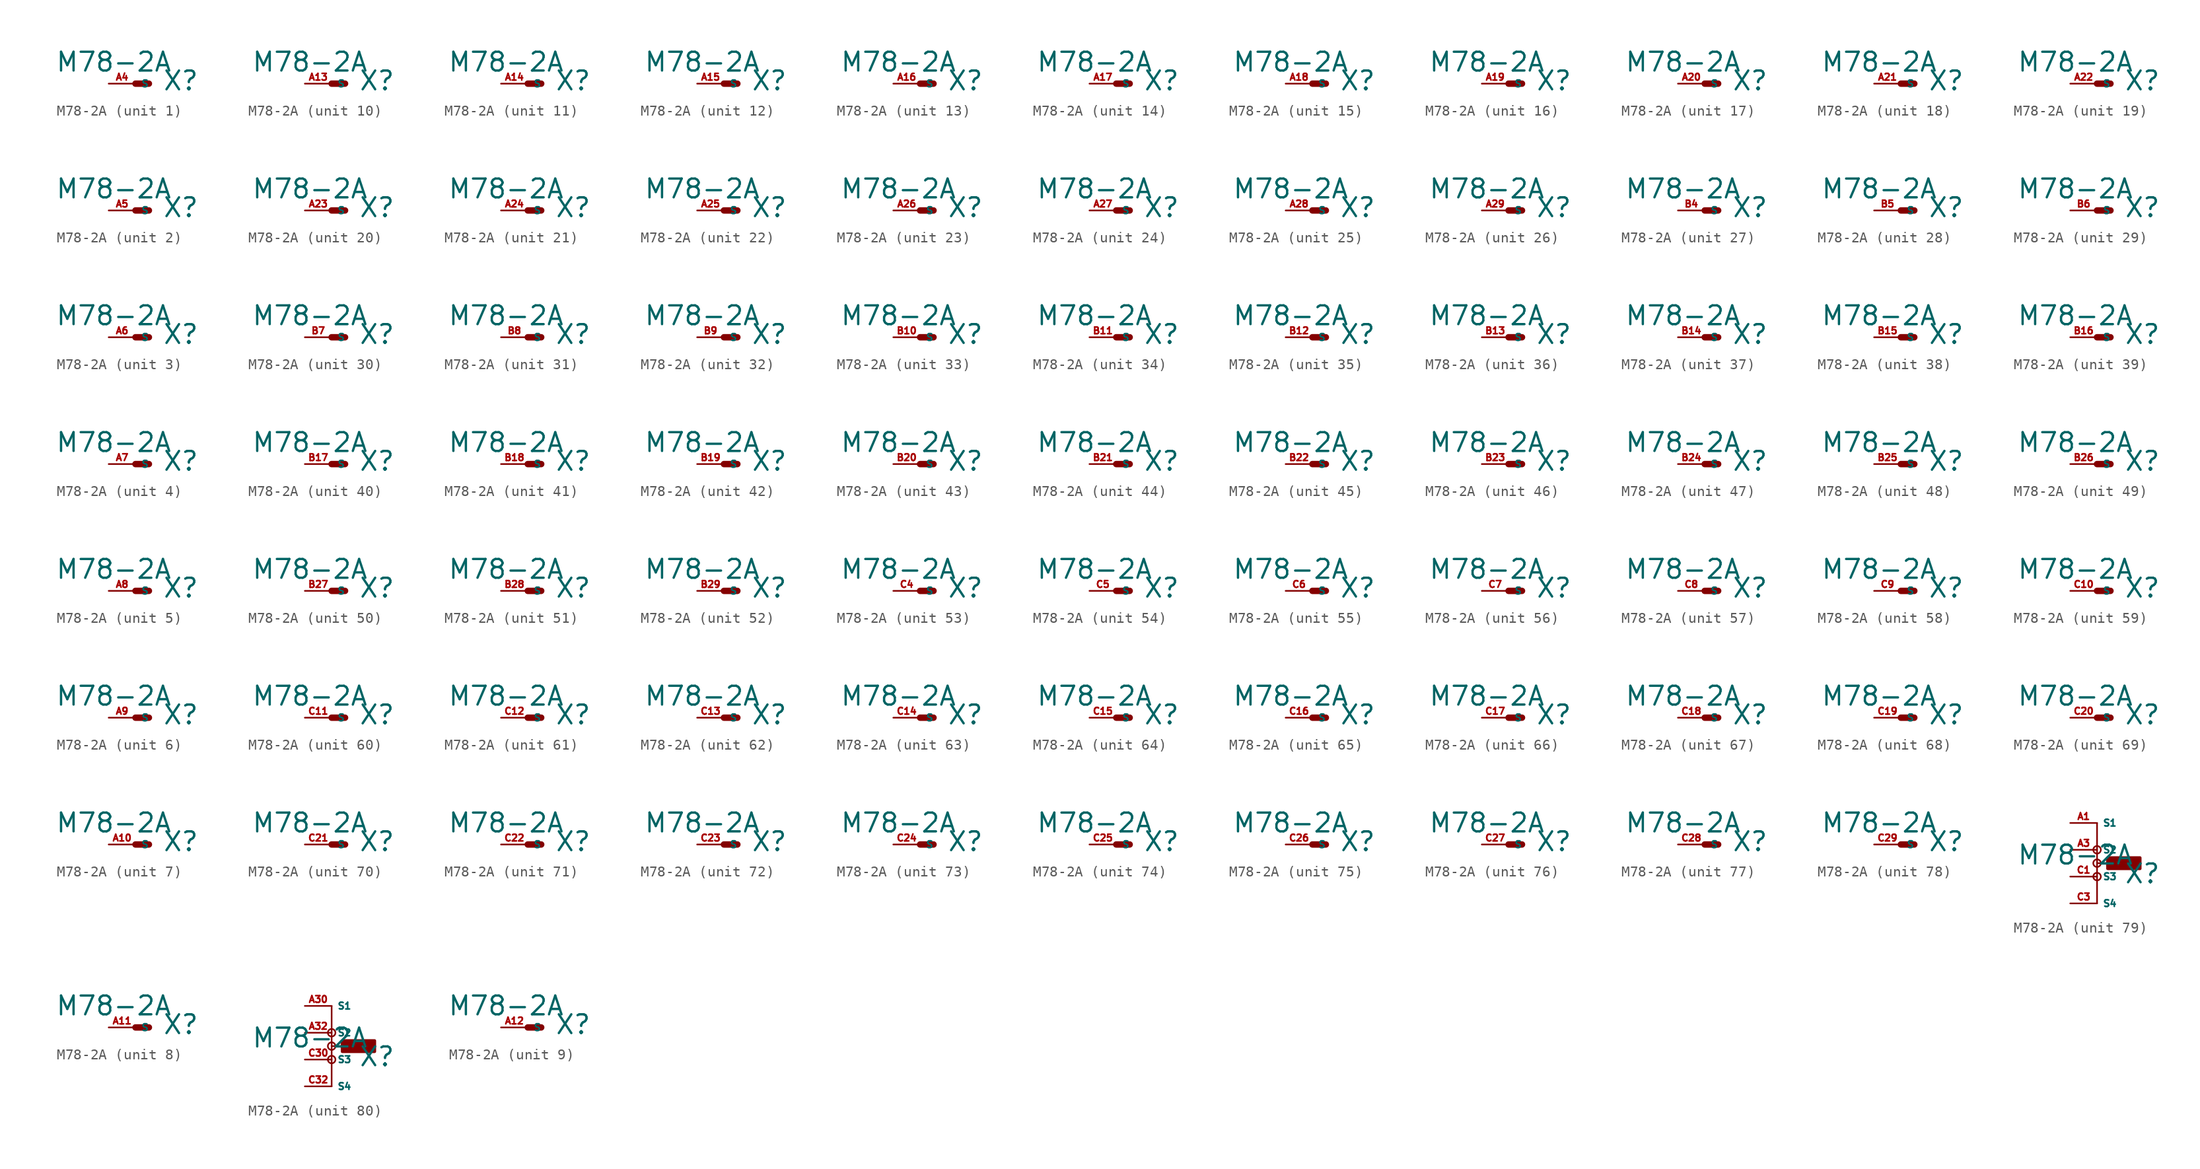
<source format=kicad_sym>
(kicad_symbol_lib
  (version 20220914)
  (generator Eagle2Kicad)
  (symbol "M78-2A"
    (property "Reference" "X"
      (at 2.54 -0.762 0)
      (effects (font (size 1.778 1.778) (thickness 0.22)) (justify left bottom)))
    (property "Value" "M78-2A"
      (at -7.62 1.016 0)
      (effects (font (size 1.778 1.778) (thickness 0.22)) (justify left bottom)))
    (symbol "M78-2A_1_0"
      (polyline (pts (xy 0 0) (xy 1.27 0)) (stroke (width 0.61) (type default)) (fill (type none)))
      (pin passive line (at -2.54 0 0) (length 2.54) (name "S" (effects (font (size 0.635 0.635) (thickness 0.08)) (justify left bottom))) (number "A4" (effects (font (size 0.635 0.635) (thickness 0.08)) (justify left bottom)))))
    (symbol "M78-2A_2_0"
      (polyline (pts (xy 0 0) (xy 1.27 0)) (stroke (width 0.61) (type default)) (fill (type none)))
      (pin passive line (at -2.54 0 0) (length 2.54) (name "S" (effects (font (size 0.635 0.635) (thickness 0.08)) (justify left bottom))) (number "A5" (effects (font (size 0.635 0.635) (thickness 0.08)) (justify left bottom)))))
    (symbol "M78-2A_3_0"
      (polyline (pts (xy 0 0) (xy 1.27 0)) (stroke (width 0.61) (type default)) (fill (type none)))
      (pin passive line (at -2.54 0 0) (length 2.54) (name "S" (effects (font (size 0.635 0.635) (thickness 0.08)) (justify left bottom))) (number "A6" (effects (font (size 0.635 0.635) (thickness 0.08)) (justify left bottom)))))
    (symbol "M78-2A_4_0"
      (polyline (pts (xy 0 0) (xy 1.27 0)) (stroke (width 0.61) (type default)) (fill (type none)))
      (pin passive line (at -2.54 0 0) (length 2.54) (name "S" (effects (font (size 0.635 0.635) (thickness 0.08)) (justify left bottom))) (number "A7" (effects (font (size 0.635 0.635) (thickness 0.08)) (justify left bottom)))))
    (symbol "M78-2A_5_0"
      (polyline (pts (xy 0 0) (xy 1.27 0)) (stroke (width 0.61) (type default)) (fill (type none)))
      (pin passive line (at -2.54 0 0) (length 2.54) (name "S" (effects (font (size 0.635 0.635) (thickness 0.08)) (justify left bottom))) (number "A8" (effects (font (size 0.635 0.635) (thickness 0.08)) (justify left bottom)))))
    (symbol "M78-2A_6_0"
      (polyline (pts (xy 0 0) (xy 1.27 0)) (stroke (width 0.61) (type default)) (fill (type none)))
      (pin passive line (at -2.54 0 0) (length 2.54) (name "S" (effects (font (size 0.635 0.635) (thickness 0.08)) (justify left bottom))) (number "A9" (effects (font (size 0.635 0.635) (thickness 0.08)) (justify left bottom)))))
    (symbol "M78-2A_7_0"
      (polyline (pts (xy 0 0) (xy 1.27 0)) (stroke (width 0.61) (type default)) (fill (type none)))
      (pin passive line (at -2.54 0 0) (length 2.54) (name "S" (effects (font (size 0.635 0.635) (thickness 0.08)) (justify left bottom))) (number "A10" (effects (font (size 0.635 0.635) (thickness 0.08)) (justify left bottom)))))
    (symbol "M78-2A_8_0"
      (polyline (pts (xy 0 0) (xy 1.27 0)) (stroke (width 0.61) (type default)) (fill (type none)))
      (pin passive line (at -2.54 0 0) (length 2.54) (name "S" (effects (font (size 0.635 0.635) (thickness 0.08)) (justify left bottom))) (number "A11" (effects (font (size 0.635 0.635) (thickness 0.08)) (justify left bottom)))))
    (symbol "M78-2A_9_0"
      (polyline (pts (xy 0 0) (xy 1.27 0)) (stroke (width 0.61) (type default)) (fill (type none)))
      (pin passive line (at -2.54 0 0) (length 2.54) (name "S" (effects (font (size 0.635 0.635) (thickness 0.08)) (justify left bottom))) (number "A12" (effects (font (size 0.635 0.635) (thickness 0.08)) (justify left bottom)))))
    (symbol "M78-2A_10_0"
      (polyline (pts (xy 0 0) (xy 1.27 0)) (stroke (width 0.61) (type default)) (fill (type none)))
      (pin passive line (at -2.54 0 0) (length 2.54) (name "S" (effects (font (size 0.635 0.635) (thickness 0.08)) (justify left bottom))) (number "A13" (effects (font (size 0.635 0.635) (thickness 0.08)) (justify left bottom)))))
    (symbol "M78-2A_11_0"
      (polyline (pts (xy 0 0) (xy 1.27 0)) (stroke (width 0.61) (type default)) (fill (type none)))
      (pin passive line (at -2.54 0 0) (length 2.54) (name "S" (effects (font (size 0.635 0.635) (thickness 0.08)) (justify left bottom))) (number "A14" (effects (font (size 0.635 0.635) (thickness 0.08)) (justify left bottom)))))
    (symbol "M78-2A_12_0"
      (polyline (pts (xy 0 0) (xy 1.27 0)) (stroke (width 0.61) (type default)) (fill (type none)))
      (pin passive line (at -2.54 0 0) (length 2.54) (name "S" (effects (font (size 0.635 0.635) (thickness 0.08)) (justify left bottom))) (number "A15" (effects (font (size 0.635 0.635) (thickness 0.08)) (justify left bottom)))))
    (symbol "M78-2A_13_0"
      (polyline (pts (xy 0 0) (xy 1.27 0)) (stroke (width 0.61) (type default)) (fill (type none)))
      (pin passive line (at -2.54 0 0) (length 2.54) (name "S" (effects (font (size 0.635 0.635) (thickness 0.08)) (justify left bottom))) (number "A16" (effects (font (size 0.635 0.635) (thickness 0.08)) (justify left bottom)))))
    (symbol "M78-2A_14_0"
      (polyline (pts (xy 0 0) (xy 1.27 0)) (stroke (width 0.61) (type default)) (fill (type none)))
      (pin passive line (at -2.54 0 0) (length 2.54) (name "S" (effects (font (size 0.635 0.635) (thickness 0.08)) (justify left bottom))) (number "A17" (effects (font (size 0.635 0.635) (thickness 0.08)) (justify left bottom)))))
    (symbol "M78-2A_15_0"
      (polyline (pts (xy 0 0) (xy 1.27 0)) (stroke (width 0.61) (type default)) (fill (type none)))
      (pin passive line (at -2.54 0 0) (length 2.54) (name "S" (effects (font (size 0.635 0.635) (thickness 0.08)) (justify left bottom))) (number "A18" (effects (font (size 0.635 0.635) (thickness 0.08)) (justify left bottom)))))
    (symbol "M78-2A_16_0"
      (polyline (pts (xy 0 0) (xy 1.27 0)) (stroke (width 0.61) (type default)) (fill (type none)))
      (pin passive line (at -2.54 0 0) (length 2.54) (name "S" (effects (font (size 0.635 0.635) (thickness 0.08)) (justify left bottom))) (number "A19" (effects (font (size 0.635 0.635) (thickness 0.08)) (justify left bottom)))))
    (symbol "M78-2A_17_0"
      (polyline (pts (xy 0 0) (xy 1.27 0)) (stroke (width 0.61) (type default)) (fill (type none)))
      (pin passive line (at -2.54 0 0) (length 2.54) (name "S" (effects (font (size 0.635 0.635) (thickness 0.08)) (justify left bottom))) (number "A20" (effects (font (size 0.635 0.635) (thickness 0.08)) (justify left bottom)))))
    (symbol "M78-2A_18_0"
      (polyline (pts (xy 0 0) (xy 1.27 0)) (stroke (width 0.61) (type default)) (fill (type none)))
      (pin passive line (at -2.54 0 0) (length 2.54) (name "S" (effects (font (size 0.635 0.635) (thickness 0.08)) (justify left bottom))) (number "A21" (effects (font (size 0.635 0.635) (thickness 0.08)) (justify left bottom)))))
    (symbol "M78-2A_19_0"
      (polyline (pts (xy 0 0) (xy 1.27 0)) (stroke (width 0.61) (type default)) (fill (type none)))
      (pin passive line (at -2.54 0 0) (length 2.54) (name "S" (effects (font (size 0.635 0.635) (thickness 0.08)) (justify left bottom))) (number "A22" (effects (font (size 0.635 0.635) (thickness 0.08)) (justify left bottom)))))
    (symbol "M78-2A_20_0"
      (polyline (pts (xy 0 0) (xy 1.27 0)) (stroke (width 0.61) (type default)) (fill (type none)))
      (pin passive line (at -2.54 0 0) (length 2.54) (name "S" (effects (font (size 0.635 0.635) (thickness 0.08)) (justify left bottom))) (number "A23" (effects (font (size 0.635 0.635) (thickness 0.08)) (justify left bottom)))))
    (symbol "M78-2A_21_0"
      (polyline (pts (xy 0 0) (xy 1.27 0)) (stroke (width 0.61) (type default)) (fill (type none)))
      (pin passive line (at -2.54 0 0) (length 2.54) (name "S" (effects (font (size 0.635 0.635) (thickness 0.08)) (justify left bottom))) (number "A24" (effects (font (size 0.635 0.635) (thickness 0.08)) (justify left bottom)))))
    (symbol "M78-2A_22_0"
      (polyline (pts (xy 0 0) (xy 1.27 0)) (stroke (width 0.61) (type default)) (fill (type none)))
      (pin passive line (at -2.54 0 0) (length 2.54) (name "S" (effects (font (size 0.635 0.635) (thickness 0.08)) (justify left bottom))) (number "A25" (effects (font (size 0.635 0.635) (thickness 0.08)) (justify left bottom)))))
    (symbol "M78-2A_23_0"
      (polyline (pts (xy 0 0) (xy 1.27 0)) (stroke (width 0.61) (type default)) (fill (type none)))
      (pin passive line (at -2.54 0 0) (length 2.54) (name "S" (effects (font (size 0.635 0.635) (thickness 0.08)) (justify left bottom))) (number "A26" (effects (font (size 0.635 0.635) (thickness 0.08)) (justify left bottom)))))
    (symbol "M78-2A_24_0"
      (polyline (pts (xy 0 0) (xy 1.27 0)) (stroke (width 0.61) (type default)) (fill (type none)))
      (pin passive line (at -2.54 0 0) (length 2.54) (name "S" (effects (font (size 0.635 0.635) (thickness 0.08)) (justify left bottom))) (number "A27" (effects (font (size 0.635 0.635) (thickness 0.08)) (justify left bottom)))))
    (symbol "M78-2A_25_0"
      (polyline (pts (xy 0 0) (xy 1.27 0)) (stroke (width 0.61) (type default)) (fill (type none)))
      (pin passive line (at -2.54 0 0) (length 2.54) (name "S" (effects (font (size 0.635 0.635) (thickness 0.08)) (justify left bottom))) (number "A28" (effects (font (size 0.635 0.635) (thickness 0.08)) (justify left bottom)))))
    (symbol "M78-2A_26_0"
      (polyline (pts (xy 0 0) (xy 1.27 0)) (stroke (width 0.61) (type default)) (fill (type none)))
      (pin passive line (at -2.54 0 0) (length 2.54) (name "S" (effects (font (size 0.635 0.635) (thickness 0.08)) (justify left bottom))) (number "A29" (effects (font (size 0.635 0.635) (thickness 0.08)) (justify left bottom)))))
    (symbol "M78-2A_27_0"
      (polyline (pts (xy 0 0) (xy 1.27 0)) (stroke (width 0.61) (type default)) (fill (type none)))
      (pin passive line (at -2.54 0 0) (length 2.54) (name "S" (effects (font (size 0.635 0.635) (thickness 0.08)) (justify left bottom))) (number "B4" (effects (font (size 0.635 0.635) (thickness 0.08)) (justify left bottom)))))
    (symbol "M78-2A_28_0"
      (polyline (pts (xy 0 0) (xy 1.27 0)) (stroke (width 0.61) (type default)) (fill (type none)))
      (pin passive line (at -2.54 0 0) (length 2.54) (name "S" (effects (font (size 0.635 0.635) (thickness 0.08)) (justify left bottom))) (number "B5" (effects (font (size 0.635 0.635) (thickness 0.08)) (justify left bottom)))))
    (symbol "M78-2A_29_0"
      (polyline (pts (xy 0 0) (xy 1.27 0)) (stroke (width 0.61) (type default)) (fill (type none)))
      (pin passive line (at -2.54 0 0) (length 2.54) (name "S" (effects (font (size 0.635 0.635) (thickness 0.08)) (justify left bottom))) (number "B6" (effects (font (size 0.635 0.635) (thickness 0.08)) (justify left bottom)))))
    (symbol "M78-2A_30_0"
      (polyline (pts (xy 0 0) (xy 1.27 0)) (stroke (width 0.61) (type default)) (fill (type none)))
      (pin passive line (at -2.54 0 0) (length 2.54) (name "S" (effects (font (size 0.635 0.635) (thickness 0.08)) (justify left bottom))) (number "B7" (effects (font (size 0.635 0.635) (thickness 0.08)) (justify left bottom)))))
    (symbol "M78-2A_31_0"
      (polyline (pts (xy 0 0) (xy 1.27 0)) (stroke (width 0.61) (type default)) (fill (type none)))
      (pin passive line (at -2.54 0 0) (length 2.54) (name "S" (effects (font (size 0.635 0.635) (thickness 0.08)) (justify left bottom))) (number "B8" (effects (font (size 0.635 0.635) (thickness 0.08)) (justify left bottom)))))
    (symbol "M78-2A_32_0"
      (polyline (pts (xy 0 0) (xy 1.27 0)) (stroke (width 0.61) (type default)) (fill (type none)))
      (pin passive line (at -2.54 0 0) (length 2.54) (name "S" (effects (font (size 0.635 0.635) (thickness 0.08)) (justify left bottom))) (number "B9" (effects (font (size 0.635 0.635) (thickness 0.08)) (justify left bottom)))))
    (symbol "M78-2A_33_0"
      (polyline (pts (xy 0 0) (xy 1.27 0)) (stroke (width 0.61) (type default)) (fill (type none)))
      (pin passive line (at -2.54 0 0) (length 2.54) (name "S" (effects (font (size 0.635 0.635) (thickness 0.08)) (justify left bottom))) (number "B10" (effects (font (size 0.635 0.635) (thickness 0.08)) (justify left bottom)))))
    (symbol "M78-2A_34_0"
      (polyline (pts (xy 0 0) (xy 1.27 0)) (stroke (width 0.61) (type default)) (fill (type none)))
      (pin passive line (at -2.54 0 0) (length 2.54) (name "S" (effects (font (size 0.635 0.635) (thickness 0.08)) (justify left bottom))) (number "B11" (effects (font (size 0.635 0.635) (thickness 0.08)) (justify left bottom)))))
    (symbol "M78-2A_35_0"
      (polyline (pts (xy 0 0) (xy 1.27 0)) (stroke (width 0.61) (type default)) (fill (type none)))
      (pin passive line (at -2.54 0 0) (length 2.54) (name "S" (effects (font (size 0.635 0.635) (thickness 0.08)) (justify left bottom))) (number "B12" (effects (font (size 0.635 0.635) (thickness 0.08)) (justify left bottom)))))
    (symbol "M78-2A_36_0"
      (polyline (pts (xy 0 0) (xy 1.27 0)) (stroke (width 0.61) (type default)) (fill (type none)))
      (pin passive line (at -2.54 0 0) (length 2.54) (name "S" (effects (font (size 0.635 0.635) (thickness 0.08)) (justify left bottom))) (number "B13" (effects (font (size 0.635 0.635) (thickness 0.08)) (justify left bottom)))))
    (symbol "M78-2A_37_0"
      (polyline (pts (xy 0 0) (xy 1.27 0)) (stroke (width 0.61) (type default)) (fill (type none)))
      (pin passive line (at -2.54 0 0) (length 2.54) (name "S" (effects (font (size 0.635 0.635) (thickness 0.08)) (justify left bottom))) (number "B14" (effects (font (size 0.635 0.635) (thickness 0.08)) (justify left bottom)))))
    (symbol "M78-2A_38_0"
      (polyline (pts (xy 0 0) (xy 1.27 0)) (stroke (width 0.61) (type default)) (fill (type none)))
      (pin passive line (at -2.54 0 0) (length 2.54) (name "S" (effects (font (size 0.635 0.635) (thickness 0.08)) (justify left bottom))) (number "B15" (effects (font (size 0.635 0.635) (thickness 0.08)) (justify left bottom)))))
    (symbol "M78-2A_39_0"
      (polyline (pts (xy 0 0) (xy 1.27 0)) (stroke (width 0.61) (type default)) (fill (type none)))
      (pin passive line (at -2.54 0 0) (length 2.54) (name "S" (effects (font (size 0.635 0.635) (thickness 0.08)) (justify left bottom))) (number "B16" (effects (font (size 0.635 0.635) (thickness 0.08)) (justify left bottom)))))
    (symbol "M78-2A_40_0"
      (polyline (pts (xy 0 0) (xy 1.27 0)) (stroke (width 0.61) (type default)) (fill (type none)))
      (pin passive line (at -2.54 0 0) (length 2.54) (name "S" (effects (font (size 0.635 0.635) (thickness 0.08)) (justify left bottom))) (number "B17" (effects (font (size 0.635 0.635) (thickness 0.08)) (justify left bottom)))))
    (symbol "M78-2A_41_0"
      (polyline (pts (xy 0 0) (xy 1.27 0)) (stroke (width 0.61) (type default)) (fill (type none)))
      (pin passive line (at -2.54 0 0) (length 2.54) (name "S" (effects (font (size 0.635 0.635) (thickness 0.08)) (justify left bottom))) (number "B18" (effects (font (size 0.635 0.635) (thickness 0.08)) (justify left bottom)))))
    (symbol "M78-2A_42_0"
      (polyline (pts (xy 0 0) (xy 1.27 0)) (stroke (width 0.61) (type default)) (fill (type none)))
      (pin passive line (at -2.54 0 0) (length 2.54) (name "S" (effects (font (size 0.635 0.635) (thickness 0.08)) (justify left bottom))) (number "B19" (effects (font (size 0.635 0.635) (thickness 0.08)) (justify left bottom)))))
    (symbol "M78-2A_43_0"
      (polyline (pts (xy 0 0) (xy 1.27 0)) (stroke (width 0.61) (type default)) (fill (type none)))
      (pin passive line (at -2.54 0 0) (length 2.54) (name "S" (effects (font (size 0.635 0.635) (thickness 0.08)) (justify left bottom))) (number "B20" (effects (font (size 0.635 0.635) (thickness 0.08)) (justify left bottom)))))
    (symbol "M78-2A_44_0"
      (polyline (pts (xy 0 0) (xy 1.27 0)) (stroke (width 0.61) (type default)) (fill (type none)))
      (pin passive line (at -2.54 0 0) (length 2.54) (name "S" (effects (font (size 0.635 0.635) (thickness 0.08)) (justify left bottom))) (number "B21" (effects (font (size 0.635 0.635) (thickness 0.08)) (justify left bottom)))))
    (symbol "M78-2A_45_0"
      (polyline (pts (xy 0 0) (xy 1.27 0)) (stroke (width 0.61) (type default)) (fill (type none)))
      (pin passive line (at -2.54 0 0) (length 2.54) (name "S" (effects (font (size 0.635 0.635) (thickness 0.08)) (justify left bottom))) (number "B22" (effects (font (size 0.635 0.635) (thickness 0.08)) (justify left bottom)))))
    (symbol "M78-2A_46_0"
      (polyline (pts (xy 0 0) (xy 1.27 0)) (stroke (width 0.61) (type default)) (fill (type none)))
      (pin passive line (at -2.54 0 0) (length 2.54) (name "S" (effects (font (size 0.635 0.635) (thickness 0.08)) (justify left bottom))) (number "B23" (effects (font (size 0.635 0.635) (thickness 0.08)) (justify left bottom)))))
    (symbol "M78-2A_47_0"
      (polyline (pts (xy 0 0) (xy 1.27 0)) (stroke (width 0.61) (type default)) (fill (type none)))
      (pin passive line (at -2.54 0 0) (length 2.54) (name "S" (effects (font (size 0.635 0.635) (thickness 0.08)) (justify left bottom))) (number "B24" (effects (font (size 0.635 0.635) (thickness 0.08)) (justify left bottom)))))
    (symbol "M78-2A_48_0"
      (polyline (pts (xy 0 0) (xy 1.27 0)) (stroke (width 0.61) (type default)) (fill (type none)))
      (pin passive line (at -2.54 0 0) (length 2.54) (name "S" (effects (font (size 0.635 0.635) (thickness 0.08)) (justify left bottom))) (number "B25" (effects (font (size 0.635 0.635) (thickness 0.08)) (justify left bottom)))))
    (symbol "M78-2A_49_0"
      (polyline (pts (xy 0 0) (xy 1.27 0)) (stroke (width 0.61) (type default)) (fill (type none)))
      (pin passive line (at -2.54 0 0) (length 2.54) (name "S" (effects (font (size 0.635 0.635) (thickness 0.08)) (justify left bottom))) (number "B26" (effects (font (size 0.635 0.635) (thickness 0.08)) (justify left bottom)))))
    (symbol "M78-2A_50_0"
      (polyline (pts (xy 0 0) (xy 1.27 0)) (stroke (width 0.61) (type default)) (fill (type none)))
      (pin passive line (at -2.54 0 0) (length 2.54) (name "S" (effects (font (size 0.635 0.635) (thickness 0.08)) (justify left bottom))) (number "B27" (effects (font (size 0.635 0.635) (thickness 0.08)) (justify left bottom)))))
    (symbol "M78-2A_51_0"
      (polyline (pts (xy 0 0) (xy 1.27 0)) (stroke (width 0.61) (type default)) (fill (type none)))
      (pin passive line (at -2.54 0 0) (length 2.54) (name "S" (effects (font (size 0.635 0.635) (thickness 0.08)) (justify left bottom))) (number "B28" (effects (font (size 0.635 0.635) (thickness 0.08)) (justify left bottom)))))
    (symbol "M78-2A_52_0"
      (polyline (pts (xy 0 0) (xy 1.27 0)) (stroke (width 0.61) (type default)) (fill (type none)))
      (pin passive line (at -2.54 0 0) (length 2.54) (name "S" (effects (font (size 0.635 0.635) (thickness 0.08)) (justify left bottom))) (number "B29" (effects (font (size 0.635 0.635) (thickness 0.08)) (justify left bottom)))))
    (symbol "M78-2A_53_0"
      (polyline (pts (xy 0 0) (xy 1.27 0)) (stroke (width 0.61) (type default)) (fill (type none)))
      (pin passive line (at -2.54 0 0) (length 2.54) (name "S" (effects (font (size 0.635 0.635) (thickness 0.08)) (justify left bottom))) (number "C4" (effects (font (size 0.635 0.635) (thickness 0.08)) (justify left bottom)))))
    (symbol "M78-2A_54_0"
      (polyline (pts (xy 0 0) (xy 1.27 0)) (stroke (width 0.61) (type default)) (fill (type none)))
      (pin passive line (at -2.54 0 0) (length 2.54) (name "S" (effects (font (size 0.635 0.635) (thickness 0.08)) (justify left bottom))) (number "C5" (effects (font (size 0.635 0.635) (thickness 0.08)) (justify left bottom)))))
    (symbol "M78-2A_55_0"
      (polyline (pts (xy 0 0) (xy 1.27 0)) (stroke (width 0.61) (type default)) (fill (type none)))
      (pin passive line (at -2.54 0 0) (length 2.54) (name "S" (effects (font (size 0.635 0.635) (thickness 0.08)) (justify left bottom))) (number "C6" (effects (font (size 0.635 0.635) (thickness 0.08)) (justify left bottom)))))
    (symbol "M78-2A_56_0"
      (polyline (pts (xy 0 0) (xy 1.27 0)) (stroke (width 0.61) (type default)) (fill (type none)))
      (pin passive line (at -2.54 0 0) (length 2.54) (name "S" (effects (font (size 0.635 0.635) (thickness 0.08)) (justify left bottom))) (number "C7" (effects (font (size 0.635 0.635) (thickness 0.08)) (justify left bottom)))))
    (symbol "M78-2A_57_0"
      (polyline (pts (xy 0 0) (xy 1.27 0)) (stroke (width 0.61) (type default)) (fill (type none)))
      (pin passive line (at -2.54 0 0) (length 2.54) (name "S" (effects (font (size 0.635 0.635) (thickness 0.08)) (justify left bottom))) (number "C8" (effects (font (size 0.635 0.635) (thickness 0.08)) (justify left bottom)))))
    (symbol "M78-2A_58_0"
      (polyline (pts (xy 0 0) (xy 1.27 0)) (stroke (width 0.61) (type default)) (fill (type none)))
      (pin passive line (at -2.54 0 0) (length 2.54) (name "S" (effects (font (size 0.635 0.635) (thickness 0.08)) (justify left bottom))) (number "C9" (effects (font (size 0.635 0.635) (thickness 0.08)) (justify left bottom)))))
    (symbol "M78-2A_59_0"
      (polyline (pts (xy 0 0) (xy 1.27 0)) (stroke (width 0.61) (type default)) (fill (type none)))
      (pin passive line (at -2.54 0 0) (length 2.54) (name "S" (effects (font (size 0.635 0.635) (thickness 0.08)) (justify left bottom))) (number "C10" (effects (font (size 0.635 0.635) (thickness 0.08)) (justify left bottom)))))
    (symbol "M78-2A_60_0"
      (polyline (pts (xy 0 0) (xy 1.27 0)) (stroke (width 0.61) (type default)) (fill (type none)))
      (pin passive line (at -2.54 0 0) (length 2.54) (name "S" (effects (font (size 0.635 0.635) (thickness 0.08)) (justify left bottom))) (number "C11" (effects (font (size 0.635 0.635) (thickness 0.08)) (justify left bottom)))))
    (symbol "M78-2A_61_0"
      (polyline (pts (xy 0 0) (xy 1.27 0)) (stroke (width 0.61) (type default)) (fill (type none)))
      (pin passive line (at -2.54 0 0) (length 2.54) (name "S" (effects (font (size 0.635 0.635) (thickness 0.08)) (justify left bottom))) (number "C12" (effects (font (size 0.635 0.635) (thickness 0.08)) (justify left bottom)))))
    (symbol "M78-2A_62_0"
      (polyline (pts (xy 0 0) (xy 1.27 0)) (stroke (width 0.61) (type default)) (fill (type none)))
      (pin passive line (at -2.54 0 0) (length 2.54) (name "S" (effects (font (size 0.635 0.635) (thickness 0.08)) (justify left bottom))) (number "C13" (effects (font (size 0.635 0.635) (thickness 0.08)) (justify left bottom)))))
    (symbol "M78-2A_63_0"
      (polyline (pts (xy 0 0) (xy 1.27 0)) (stroke (width 0.61) (type default)) (fill (type none)))
      (pin passive line (at -2.54 0 0) (length 2.54) (name "S" (effects (font (size 0.635 0.635) (thickness 0.08)) (justify left bottom))) (number "C14" (effects (font (size 0.635 0.635) (thickness 0.08)) (justify left bottom)))))
    (symbol "M78-2A_64_0"
      (polyline (pts (xy 0 0) (xy 1.27 0)) (stroke (width 0.61) (type default)) (fill (type none)))
      (pin passive line (at -2.54 0 0) (length 2.54) (name "S" (effects (font (size 0.635 0.635) (thickness 0.08)) (justify left bottom))) (number "C15" (effects (font (size 0.635 0.635) (thickness 0.08)) (justify left bottom)))))
    (symbol "M78-2A_65_0"
      (polyline (pts (xy 0 0) (xy 1.27 0)) (stroke (width 0.61) (type default)) (fill (type none)))
      (pin passive line (at -2.54 0 0) (length 2.54) (name "S" (effects (font (size 0.635 0.635) (thickness 0.08)) (justify left bottom))) (number "C16" (effects (font (size 0.635 0.635) (thickness 0.08)) (justify left bottom)))))
    (symbol "M78-2A_66_0"
      (polyline (pts (xy 0 0) (xy 1.27 0)) (stroke (width 0.61) (type default)) (fill (type none)))
      (pin passive line (at -2.54 0 0) (length 2.54) (name "S" (effects (font (size 0.635 0.635) (thickness 0.08)) (justify left bottom))) (number "C17" (effects (font (size 0.635 0.635) (thickness 0.08)) (justify left bottom)))))
    (symbol "M78-2A_67_0"
      (polyline (pts (xy 0 0) (xy 1.27 0)) (stroke (width 0.61) (type default)) (fill (type none)))
      (pin passive line (at -2.54 0 0) (length 2.54) (name "S" (effects (font (size 0.635 0.635) (thickness 0.08)) (justify left bottom))) (number "C18" (effects (font (size 0.635 0.635) (thickness 0.08)) (justify left bottom)))))
    (symbol "M78-2A_68_0"
      (polyline (pts (xy 0 0) (xy 1.27 0)) (stroke (width 0.61) (type default)) (fill (type none)))
      (pin passive line (at -2.54 0 0) (length 2.54) (name "S" (effects (font (size 0.635 0.635) (thickness 0.08)) (justify left bottom))) (number "C19" (effects (font (size 0.635 0.635) (thickness 0.08)) (justify left bottom)))))
    (symbol "M78-2A_69_0"
      (polyline (pts (xy 0 0) (xy 1.27 0)) (stroke (width 0.61) (type default)) (fill (type none)))
      (pin passive line (at -2.54 0 0) (length 2.54) (name "S" (effects (font (size 0.635 0.635) (thickness 0.08)) (justify left bottom))) (number "C20" (effects (font (size 0.635 0.635) (thickness 0.08)) (justify left bottom)))))
    (symbol "M78-2A_70_0"
      (polyline (pts (xy 0 0) (xy 1.27 0)) (stroke (width 0.61) (type default)) (fill (type none)))
      (pin passive line (at -2.54 0 0) (length 2.54) (name "S" (effects (font (size 0.635 0.635) (thickness 0.08)) (justify left bottom))) (number "C21" (effects (font (size 0.635 0.635) (thickness 0.08)) (justify left bottom)))))
    (symbol "M78-2A_71_0"
      (polyline (pts (xy 0 0) (xy 1.27 0)) (stroke (width 0.61) (type default)) (fill (type none)))
      (pin passive line (at -2.54 0 0) (length 2.54) (name "S" (effects (font (size 0.635 0.635) (thickness 0.08)) (justify left bottom))) (number "C22" (effects (font (size 0.635 0.635) (thickness 0.08)) (justify left bottom)))))
    (symbol "M78-2A_72_0"
      (polyline (pts (xy 0 0) (xy 1.27 0)) (stroke (width 0.61) (type default)) (fill (type none)))
      (pin passive line (at -2.54 0 0) (length 2.54) (name "S" (effects (font (size 0.635 0.635) (thickness 0.08)) (justify left bottom))) (number "C23" (effects (font (size 0.635 0.635) (thickness 0.08)) (justify left bottom)))))
    (symbol "M78-2A_73_0"
      (polyline (pts (xy 0 0) (xy 1.27 0)) (stroke (width 0.61) (type default)) (fill (type none)))
      (pin passive line (at -2.54 0 0) (length 2.54) (name "S" (effects (font (size 0.635 0.635) (thickness 0.08)) (justify left bottom))) (number "C24" (effects (font (size 0.635 0.635) (thickness 0.08)) (justify left bottom)))))
    (symbol "M78-2A_74_0"
      (polyline (pts (xy 0 0) (xy 1.27 0)) (stroke (width 0.61) (type default)) (fill (type none)))
      (pin passive line (at -2.54 0 0) (length 2.54) (name "S" (effects (font (size 0.635 0.635) (thickness 0.08)) (justify left bottom))) (number "C25" (effects (font (size 0.635 0.635) (thickness 0.08)) (justify left bottom)))))
    (symbol "M78-2A_75_0"
      (polyline (pts (xy 0 0) (xy 1.27 0)) (stroke (width 0.61) (type default)) (fill (type none)))
      (pin passive line (at -2.54 0 0) (length 2.54) (name "S" (effects (font (size 0.635 0.635) (thickness 0.08)) (justify left bottom))) (number "C26" (effects (font (size 0.635 0.635) (thickness 0.08)) (justify left bottom)))))
    (symbol "M78-2A_76_0"
      (polyline (pts (xy 0 0) (xy 1.27 0)) (stroke (width 0.61) (type default)) (fill (type none)))
      (pin passive line (at -2.54 0 0) (length 2.54) (name "S" (effects (font (size 0.635 0.635) (thickness 0.08)) (justify left bottom))) (number "C27" (effects (font (size 0.635 0.635) (thickness 0.08)) (justify left bottom)))))
    (symbol "M78-2A_77_0"
      (polyline (pts (xy 0 0) (xy 1.27 0)) (stroke (width 0.61) (type default)) (fill (type none)))
      (pin passive line (at -2.54 0 0) (length 2.54) (name "S" (effects (font (size 0.635 0.635) (thickness 0.08)) (justify left bottom))) (number "C28" (effects (font (size 0.635 0.635) (thickness 0.08)) (justify left bottom)))))
    (symbol "M78-2A_78_0"
      (polyline (pts (xy 0 0) (xy 1.27 0)) (stroke (width 0.61) (type default)) (fill (type none)))
      (pin passive line (at -2.54 0 0) (length 2.54) (name "S" (effects (font (size 0.635 0.635) (thickness 0.08)) (justify left bottom))) (number "C29" (effects (font (size 0.635 0.635) (thickness 0.08)) (justify left bottom)))))
    (symbol "M78-2A_79_0"
      (polyline (pts (xy 0 5.08) (xy 0 1.27)) (stroke (width 0.152) (type default)) (fill (type none)))
      (polyline (pts (xy 0 1.27) (xy 0 -2.54)) (stroke (width 0.152) (type default)) (fill (type none)))
      (polyline (pts (xy 0 1.27) (xy 1.27 1.27)) (stroke (width 0.152) (type default)) (fill (type none)))
      (circle (center 0 2.54) (radius 0.359) (stroke (width 0) (type default)) (fill (type none)))
      (circle (center 0 0) (radius 0.359) (stroke (width 0) (type default)) (fill (type none)))
      (circle (center 0 1.27) (radius 0.359) (stroke (width 0) (type default)) (fill (type none)))
      (rectangle (start 1.016 1.016) (end 3.81 1.651) (stroke (width 0.3) (type default)) (fill (type outline)))
      (rectangle (start 1.016 1.016) (end 3.81 1.651) (stroke (width 0.3) (type default)) (fill (type outline)))
      (rectangle (start 1.016 1.016) (end 3.81 1.524) (stroke (width 0.3) (type default)) (fill (type outline)))
      (rectangle (start 1.016 0.762) (end 4.064 1.778) (stroke (width 0.3) (type default)) (fill (type outline)))
      (pin passive line (at -2.54 5.08 0) (length 2.54) (name "S1" (effects (font (size 0.635 0.635) (thickness 0.08)) (justify left bottom))) (number "A1" (effects (font (size 0.635 0.635) (thickness 0.08)) (justify left bottom))))
      (pin passive line (at -2.54 2.54 0) (length 2.54) (name "S2" (effects (font (size 0.635 0.635) (thickness 0.08)) (justify left bottom))) (number "A3" (effects (font (size 0.635 0.635) (thickness 0.08)) (justify left bottom))))
      (pin passive line (at -2.54 0 0) (length 2.54) (name "S3" (effects (font (size 0.635 0.635) (thickness 0.08)) (justify left bottom))) (number "C1" (effects (font (size 0.635 0.635) (thickness 0.08)) (justify left bottom))))
      (pin passive line (at -2.54 -2.54 0) (length 2.54) (name "S4" (effects (font (size 0.635 0.635) (thickness 0.08)) (justify left bottom))) (number "C3" (effects (font (size 0.635 0.635) (thickness 0.08)) (justify left bottom)))))
    (symbol "M78-2A_80_0"
      (polyline (pts (xy 0 5.08) (xy 0 1.27)) (stroke (width 0.152) (type default)) (fill (type none)))
      (polyline (pts (xy 0 1.27) (xy 0 -2.54)) (stroke (width 0.152) (type default)) (fill (type none)))
      (polyline (pts (xy 0 1.27) (xy 1.27 1.27)) (stroke (width 0.152) (type default)) (fill (type none)))
      (circle (center 0 2.54) (radius 0.359) (stroke (width 0) (type default)) (fill (type none)))
      (circle (center 0 0) (radius 0.359) (stroke (width 0) (type default)) (fill (type none)))
      (circle (center 0 1.27) (radius 0.359) (stroke (width 0) (type default)) (fill (type none)))
      (rectangle (start 1.016 1.016) (end 3.81 1.651) (stroke (width 0.3) (type default)) (fill (type outline)))
      (rectangle (start 1.016 1.016) (end 3.81 1.651) (stroke (width 0.3) (type default)) (fill (type outline)))
      (rectangle (start 1.016 1.016) (end 3.81 1.524) (stroke (width 0.3) (type default)) (fill (type outline)))
      (rectangle (start 1.016 0.762) (end 4.064 1.778) (stroke (width 0.3) (type default)) (fill (type outline)))
      (pin passive line (at -2.54 5.08 0) (length 2.54) (name "S1" (effects (font (size 0.635 0.635) (thickness 0.08)) (justify left bottom))) (number "A30" (effects (font (size 0.635 0.635) (thickness 0.08)) (justify left bottom))))
      (pin passive line (at -2.54 2.54 0) (length 2.54) (name "S2" (effects (font (size 0.635 0.635) (thickness 0.08)) (justify left bottom))) (number "A32" (effects (font (size 0.635 0.635) (thickness 0.08)) (justify left bottom))))
      (pin passive line (at -2.54 0 0) (length 2.54) (name "S3" (effects (font (size 0.635 0.635) (thickness 0.08)) (justify left bottom))) (number "C30" (effects (font (size 0.635 0.635) (thickness 0.08)) (justify left bottom))))
      (pin passive line (at -2.54 -2.54 0) (length 2.54) (name "S4" (effects (font (size 0.635 0.635) (thickness 0.08)) (justify left bottom))) (number "C32" (effects (font (size 0.635 0.635) (thickness 0.08)) (justify left bottom)))))))
</source>
